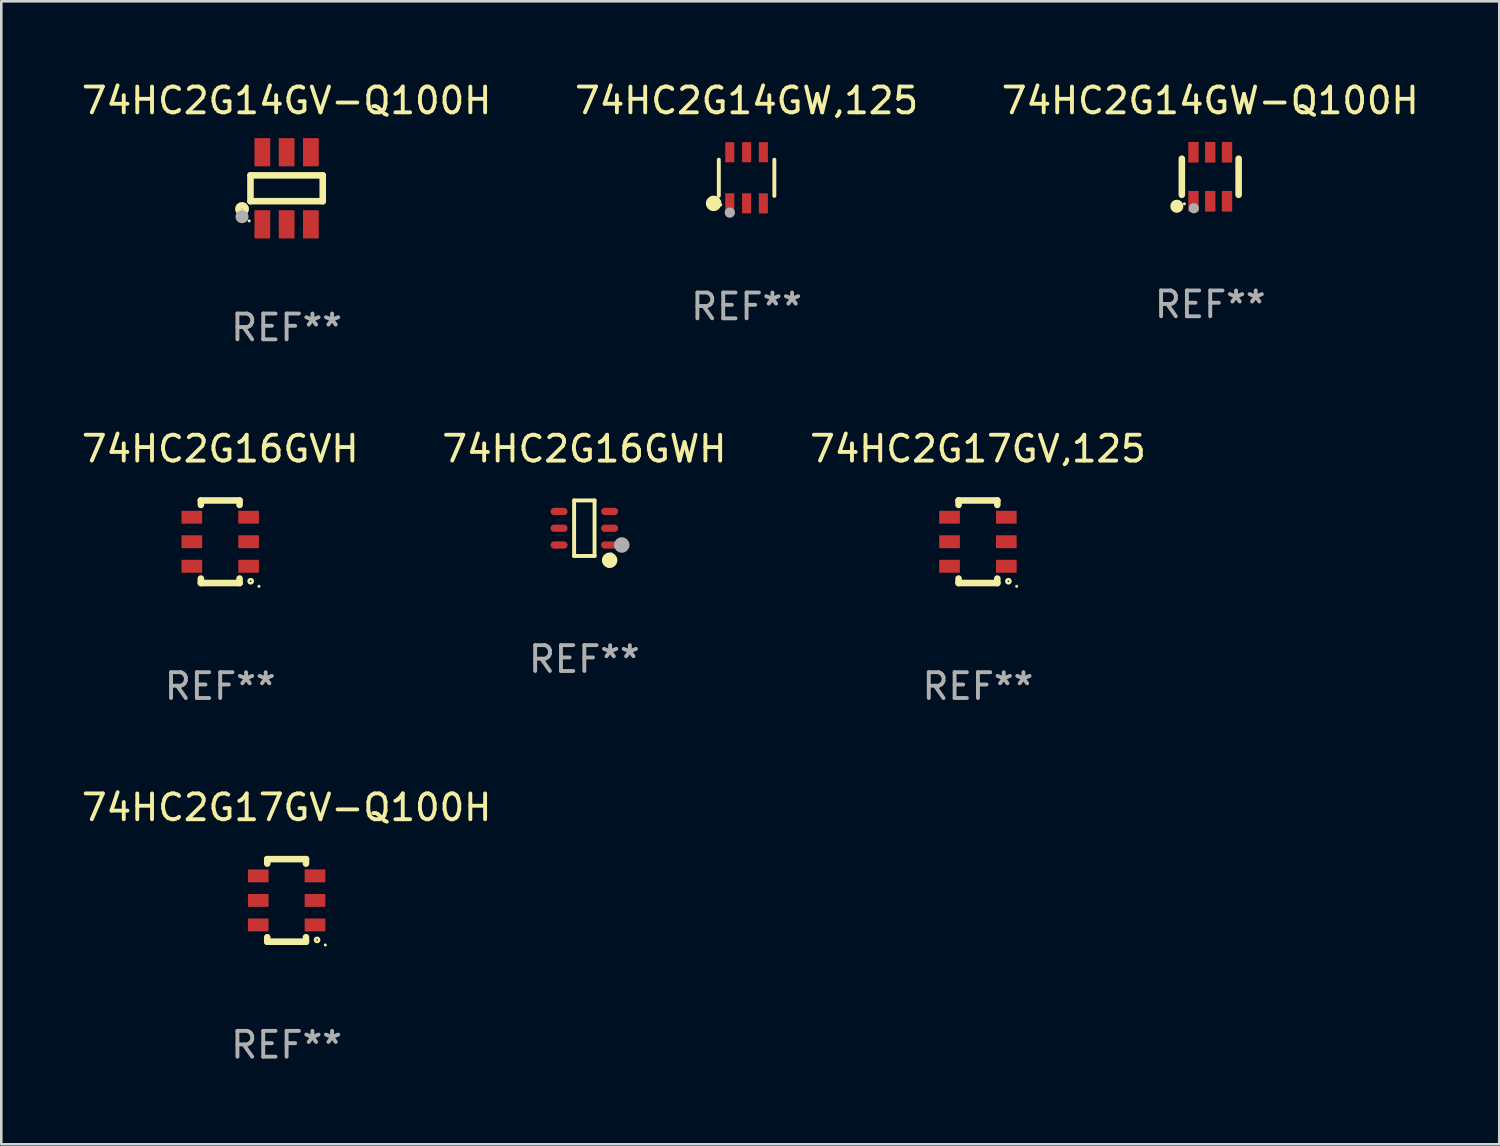
<source format=kicad_pcb>
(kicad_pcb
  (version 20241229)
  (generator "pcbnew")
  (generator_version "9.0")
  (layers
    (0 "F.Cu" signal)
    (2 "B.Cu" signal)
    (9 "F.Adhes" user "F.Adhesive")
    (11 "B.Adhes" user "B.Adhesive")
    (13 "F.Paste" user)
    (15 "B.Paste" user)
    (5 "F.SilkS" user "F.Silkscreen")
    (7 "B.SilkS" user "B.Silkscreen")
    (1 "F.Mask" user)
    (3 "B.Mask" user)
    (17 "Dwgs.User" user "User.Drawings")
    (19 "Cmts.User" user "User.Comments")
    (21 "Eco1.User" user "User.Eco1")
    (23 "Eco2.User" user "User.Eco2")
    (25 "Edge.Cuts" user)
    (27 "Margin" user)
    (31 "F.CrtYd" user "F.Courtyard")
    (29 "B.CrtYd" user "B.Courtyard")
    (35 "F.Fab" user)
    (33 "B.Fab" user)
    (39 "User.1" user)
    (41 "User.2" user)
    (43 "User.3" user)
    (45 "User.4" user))
  (footprint "74HC2G14GV-Q100H"
    (layer "F.Cu")
    (at 8.054 4.245)
    (property "Reference" "74HC2G14GV-Q100H" (at 0 -3.397 0) (layer "F.SilkS") (effects (font (size 1 1) (thickness 0.15))))
    (attr through_hole)
    (fp_line (start -1.4 -0.501) (end -1.4 0.5) (stroke (width 0.254) (type solid)) (layer "F.SilkS"))
    (fp_line (start -1.4 0.5) (end 1.4 0.5) (stroke (width 0.254) (type solid)) (layer "F.SilkS"))
    (fp_line (start 1.4 -0.501) (end -1.4 -0.501) (stroke (width 0.254) (type solid)) (layer "F.SilkS"))
    (fp_line (start 1.4 0.5) (end 1.4 -0.501) (stroke (width 0.254) (type solid)) (layer "F.SilkS"))
    (fp_circle (center -1.727 0.8) (end -1.585 0.8) (stroke (width 0.254) (type solid)) (fill no) (layer "F.SilkS"))
    (fp_circle (center -1.45 1.263) (end -1.42 1.263) (stroke (width 0.06) (type solid)) (fill no) (layer "F.SilkS"))
    (fp_circle (center -1.727 1.1) (end -1.6 1.1) (stroke (width 0.254) (type solid)) (fill no) (layer "F.Fab"))
    (fp_text user "REF**" (at 0 5.397 0) (layer "F.Fab") (effects (font (size 1 1) (thickness 0.15))))
    (pad "1" smd rect (at -0.94 1.397 180) (size 0.61 1.092) (layers "F.Cu" "F.Mask" "F.Paste"))
    (pad "2" smd rect (at 0.000127 1.397 180) (size 0.61 1.092) (layers "F.Cu" "F.Mask" "F.Paste"))
    (pad "3" smd rect (at 0.94 1.397 180) (size 0.61 1.092) (layers "F.Cu" "F.Mask" "F.Paste"))
    (pad "4" smd rect (at 0.94 -1.397 180) (size 0.61 1.092) (layers "F.Cu" "F.Mask" "F.Paste"))
    (pad "5" smd rect (at 0.000127 -1.397 180) (size 0.61 1.092) (layers "F.Cu" "F.Mask" "F.Paste"))
    (pad "6" smd rect (at -0.94 -1.397 180) (size 0.61 1.092) (layers "F.Cu" "F.Mask" "F.Paste")))
  (footprint "74HC2G14GW-Q100H"
    (layer "F.Cu")
    (at 43.839 3.798)
    (property "Reference" "74HC2G14GW-Q100H" (at 0 -2.95 0) (layer "F.SilkS") (effects (font (size 1 1) (thickness 0.15))))
    (attr through_hole)
    (fp_line (start -1.1 -0.7) (end -1.1 0.7) (stroke (width 0.254) (type solid)) (layer "F.SilkS"))
    (fp_line (start 1.1 -0.7) (end 1.1 0.7) (stroke (width 0.254) (type solid)) (layer "F.SilkS"))
    (fp_circle (center -1.295 1.143) (end -1.168 1.143) (stroke (width 0.254) (type solid)) (fill no) (layer "F.SilkS"))
    (fp_circle (center -1 1.05) (end -0.97 1.05) (stroke (width 0.06) (type solid)) (fill no) (layer "F.SilkS"))
    (fp_circle (center -0.635 1.219) (end -0.535 1.219) (stroke (width 0.2) (type solid)) (fill no) (layer "F.Fab"))
    (fp_text user "REF**" (at 0 4.95 0) (layer "F.Fab") (effects (font (size 1 1) (thickness 0.15))))
    (pad "1" smd rect (at -0.65 0.95) (size 0.4 0.8) (layers "F.Cu" "F.Mask" "F.Paste"))
    (pad "2" smd rect (at 0 0.95) (size 0.4 0.8) (layers "F.Cu" "F.Mask" "F.Paste"))
    (pad "3" smd rect (at 0.65 0.95) (size 0.4 0.8) (layers "F.Cu" "F.Mask" "F.Paste"))
    (pad "4" smd rect (at 0.65 -0.95) (size 0.4 0.8) (layers "F.Cu" "F.Mask" "F.Paste"))
    (pad "5" smd rect (at 0 -0.95) (size 0.4 0.8) (layers "F.Cu" "F.Mask" "F.Paste"))
    (pad "6" smd rect (at -0.65 -0.95) (size 0.4 0.8) (layers "F.Cu" "F.Mask" "F.Paste")))
  (footprint "74HC2G14GW,125"
    (layer "F.Cu")
    (at 25.875 3.838)
    (property "Reference" "74HC2G14GW,125" (at 0 -2.99 0) (layer "F.SilkS") (effects (font (size 1 1) (thickness 0.15))))
    (attr through_hole)
    (fp_line (start -1.076 0.701) (end -1.076 -0.701) (stroke (width 0.152) (type solid)) (layer "F.SilkS"))
    (fp_line (start 1.076 0.701) (end 1.076 -0.701) (stroke (width 0.152) (type solid)) (layer "F.SilkS"))
    (fp_circle (center -1.277 0.992) (end -1.127 0.992) (stroke (width 0.3) (type solid)) (fill no) (layer "F.SilkS"))
    (fp_circle (center -1 1.05) (end -0.97 1.05) (stroke (width 0.06) (type solid)) (fill no) (layer "F.SilkS"))
    (fp_circle (center -0.65 1.35) (end -0.55 1.35) (stroke (width 0.2) (type solid)) (fill no) (layer "F.Fab"))
    (fp_text user "REF**" (at 0 4.99 0) (layer "F.Fab") (effects (font (size 1 1) (thickness 0.15))))
    (pad "1" smd rect (at -0.65 0.99) (size 0.35 0.78) (layers "F.Cu" "F.Mask" "F.Paste"))
    (pad "2" smd rect (at 0 0.99) (size 0.35 0.78) (layers "F.Cu" "F.Mask" "F.Paste"))
    (pad "3" smd rect (at 0.65 0.99) (size 0.35 0.78) (layers "F.Cu" "F.Mask" "F.Paste"))
    (pad "4" smd rect (at 0.65 -0.99) (size 0.35 0.78) (layers "F.Cu" "F.Mask" "F.Paste"))
    (pad "5" smd rect (at 0 -0.99) (size 0.35 0.78) (layers "F.Cu" "F.Mask" "F.Paste"))
    (pad "6" smd rect (at -0.65 -0.99) (size 0.35 0.78) (layers "F.Cu" "F.Mask" "F.Paste")))
  (footprint "74HC2G16GWH"
    (layer "F.Cu")
    (at 19.589 17.415)
    (property "Reference" "74HC2G16GWH" (at 0 -3.076 0) (layer "F.SilkS") (effects (font (size 1 1) (thickness 0.15))))
    (attr through_hole)
    (fp_line (start -0.396 -1.076) (end 0.396 -1.076) (stroke (width 0.152) (type solid)) (layer "F.SilkS"))
    (fp_line (start -0.396 1.076) (end -0.396 -1.076) (stroke (width 0.152) (type solid)) (layer "F.SilkS"))
    (fp_line (start 0.396 -1.076) (end 0.396 1.076) (stroke (width 0.152) (type solid)) (layer "F.SilkS"))
    (fp_line (start 0.396 1.076) (end -0.396 1.076) (stroke (width 0.152) (type solid)) (layer "F.SilkS"))
    (fp_circle (center 0.98 1.242) (end 1.13 1.242) (stroke (width 0.3) (type solid)) (fill no) (layer "F.SilkS"))
    (fp_circle (center 1.05 1) (end 1.08 1) (stroke (width 0.06) (type solid)) (fill no) (layer "F.SilkS"))
    (fp_circle (center 1.45 0.65) (end 1.6 0.65) (stroke (width 0.3) (type solid)) (fill no) (layer "F.Fab"))
    (fp_text user "REF**" (at 0 5.076 0) (layer "F.Fab") (effects (font (size 1 1) (thickness 0.15))))
    (pad "1" smd oval (at 0.98 0.65 90) (size 0.28 0.66) (layers "F.Cu" "F.Mask" "F.Paste"))
    (pad "2" smd oval (at 0.98 0 90) (size 0.28 0.66) (layers "F.Cu" "F.Mask" "F.Paste"))
    (pad "3" smd oval (at 0.98 -0.65 90) (size 0.28 0.66) (layers "F.Cu" "F.Mask" "F.Paste"))
    (pad "4" smd oval (at -0.98 -0.65 90) (size 0.28 0.66) (layers "F.Cu" "F.Mask" "F.Paste"))
    (pad "5" smd oval (at -0.98 0 90) (size 0.28 0.66) (layers "F.Cu" "F.Mask" "F.Paste"))
    (pad "6" smd oval (at -0.98 0.65 90) (size 0.28 0.66) (layers "F.Cu" "F.Mask" "F.Paste")))
  (footprint "74HC2G17GV,125"
    (layer "F.Cu")
    (at 34.839 17.939)
    (property "Reference" "74HC2G17GV,125" (at 0 -3.6 0) (layer "F.SilkS") (effects (font (size 1 1) (thickness 0.15))))
    (attr through_hole)
    (fp_line (start -0.75 -1.6) (end -0.75 -1.426) (stroke (width 0.254) (type solid)) (layer "F.SilkS"))
    (fp_line (start -0.75 -1.6) (end 0.75 -1.6) (stroke (width 0.254) (type solid)) (layer "F.SilkS"))
    (fp_line (start -0.75 1.426) (end -0.75 1.6) (stroke (width 0.254) (type solid)) (layer "F.SilkS"))
    (fp_line (start -0.75 1.6) (end 0.75 1.6) (stroke (width 0.254) (type solid)) (layer "F.SilkS"))
    (fp_line (start 0.75 -1.6) (end 0.75 -1.426) (stroke (width 0.254) (type solid)) (layer "F.SilkS"))
    (fp_line (start 0.75 1.426) (end 0.75 1.6) (stroke (width 0.254) (type solid)) (layer "F.SilkS"))
    (fp_circle (center 1.18 1.53) (end 1.26 1.53) (stroke (width 0.1) (type solid)) (fill no) (layer "F.SilkS"))
    (fp_circle (center 1.5 1.727) (end 1.53 1.727) (stroke (width 0.06) (type solid)) (fill no) (layer "F.SilkS"))
    (fp_text user "REF**" (at 0 5.6 0) (layer "F.Fab") (effects (font (size 1 1) (thickness 0.15))))
    (pad "1" smd rect (at 1.1 0.95 90) (size 0.5 0.8) (layers "F.Cu" "F.Mask" "F.Paste"))
    (pad "2" smd rect (at 1.1 0 90) (size 0.5 0.8) (layers "F.Cu" "F.Mask" "F.Paste"))
    (pad "3" smd rect (at 1.1 -0.95 90) (size 0.5 0.8) (layers "F.Cu" "F.Mask" "F.Paste"))
    (pad "4" smd rect (at -1.1 -0.95 90) (size 0.5 0.8) (layers "F.Cu" "F.Mask" "F.Paste"))
    (pad "5" smd rect (at -1.1 0 90) (size 0.5 0.8) (layers "F.Cu" "F.Mask" "F.Paste"))
    (pad "6" smd rect (at -1.1 0.95 90) (size 0.5 0.8) (layers "F.Cu" "F.Mask" "F.Paste")))
  (footprint "74HC2G16GVH"
    (layer "F.Cu")
    (at 5.482 17.939)
    (property "Reference" "74HC2G16GVH" (at 0 -3.6 0) (layer "F.SilkS") (effects (font (size 1 1) (thickness 0.15))))
    (attr through_hole)
    (fp_line (start -0.75 -1.6) (end -0.75 -1.426) (stroke (width 0.254) (type solid)) (layer "F.SilkS"))
    (fp_line (start -0.75 -1.6) (end 0.75 -1.6) (stroke (width 0.254) (type solid)) (layer "F.SilkS"))
    (fp_line (start -0.75 1.426) (end -0.75 1.6) (stroke (width 0.254) (type solid)) (layer "F.SilkS"))
    (fp_line (start -0.75 1.6) (end 0.75 1.6) (stroke (width 0.254) (type solid)) (layer "F.SilkS"))
    (fp_line (start 0.75 -1.6) (end 0.75 -1.426) (stroke (width 0.254) (type solid)) (layer "F.SilkS"))
    (fp_line (start 0.75 1.426) (end 0.75 1.6) (stroke (width 0.254) (type solid)) (layer "F.SilkS"))
    (fp_circle (center 1.18 1.53) (end 1.26 1.53) (stroke (width 0.1) (type solid)) (fill no) (layer "F.SilkS"))
    (fp_circle (center 1.5 1.727) (end 1.53 1.727) (stroke (width 0.06) (type solid)) (fill no) (layer "F.SilkS"))
    (fp_text user "REF**" (at 0 5.6 0) (layer "F.Fab") (effects (font (size 1 1) (thickness 0.15))))
    (pad "1" smd rect (at 1.1 0.95 90) (size 0.5 0.8) (layers "F.Cu" "F.Mask" "F.Paste"))
    (pad "2" smd rect (at 1.1 0 90) (size 0.5 0.8) (layers "F.Cu" "F.Mask" "F.Paste"))
    (pad "3" smd rect (at 1.1 -0.95 90) (size 0.5 0.8) (layers "F.Cu" "F.Mask" "F.Paste"))
    (pad "4" smd rect (at -1.1 -0.95 90) (size 0.5 0.8) (layers "F.Cu" "F.Mask" "F.Paste"))
    (pad "5" smd rect (at -1.1 0 90) (size 0.5 0.8) (layers "F.Cu" "F.Mask" "F.Paste"))
    (pad "6" smd rect (at -1.1 0.95 90) (size 0.5 0.8) (layers "F.Cu" "F.Mask" "F.Paste")))
  (footprint "74HC2G17GV-Q100H"
    (layer "F.Cu")
    (at 8.054 31.835)
    (property "Reference" "74HC2G17GV-Q100H" (at 0 -3.6 0) (layer "F.SilkS") (effects (font (size 1 1) (thickness 0.15))))
    (attr through_hole)
    (fp_line (start -0.75 -1.6) (end -0.75 -1.426) (stroke (width 0.254) (type solid)) (layer "F.SilkS"))
    (fp_line (start -0.75 -1.6) (end 0.75 -1.6) (stroke (width 0.254) (type solid)) (layer "F.SilkS"))
    (fp_line (start -0.75 1.426) (end -0.75 1.6) (stroke (width 0.254) (type solid)) (layer "F.SilkS"))
    (fp_line (start -0.75 1.6) (end 0.75 1.6) (stroke (width 0.254) (type solid)) (layer "F.SilkS"))
    (fp_line (start 0.75 -1.6) (end 0.75 -1.426) (stroke (width 0.254) (type solid)) (layer "F.SilkS"))
    (fp_line (start 0.75 1.426) (end 0.75 1.6) (stroke (width 0.254) (type solid)) (layer "F.SilkS"))
    (fp_circle (center 1.18 1.53) (end 1.26 1.53) (stroke (width 0.1) (type solid)) (fill no) (layer "F.SilkS"))
    (fp_circle (center 1.5 1.727) (end 1.53 1.727) (stroke (width 0.06) (type solid)) (fill no) (layer "F.SilkS"))
    (fp_text user "REF**" (at 0 5.6 0) (layer "F.Fab") (effects (font (size 1 1) (thickness 0.15))))
    (pad "1" smd rect (at 1.1 0.95 90) (size 0.5 0.8) (layers "F.Cu" "F.Mask" "F.Paste"))
    (pad "2" smd rect (at 1.1 0 90) (size 0.5 0.8) (layers "F.Cu" "F.Mask" "F.Paste"))
    (pad "3" smd rect (at 1.1 -0.95 90) (size 0.5 0.8) (layers "F.Cu" "F.Mask" "F.Paste"))
    (pad "4" smd rect (at -1.1 -0.95 90) (size 0.5 0.8) (layers "F.Cu" "F.Mask" "F.Paste"))
    (pad "5" smd rect (at -1.1 0 90) (size 0.5 0.8) (layers "F.Cu" "F.Mask" "F.Paste"))
    (pad "6" smd rect (at -1.1 0.95 90) (size 0.5 0.8) (layers "F.Cu" "F.Mask" "F.Paste")))
  (gr_rect
    (start -3 -3)
    (end 55.036 41.284)
    (stroke (width 0.1) (type default))
    (fill no)
    (layer "Edge.Cuts")))
</source>
